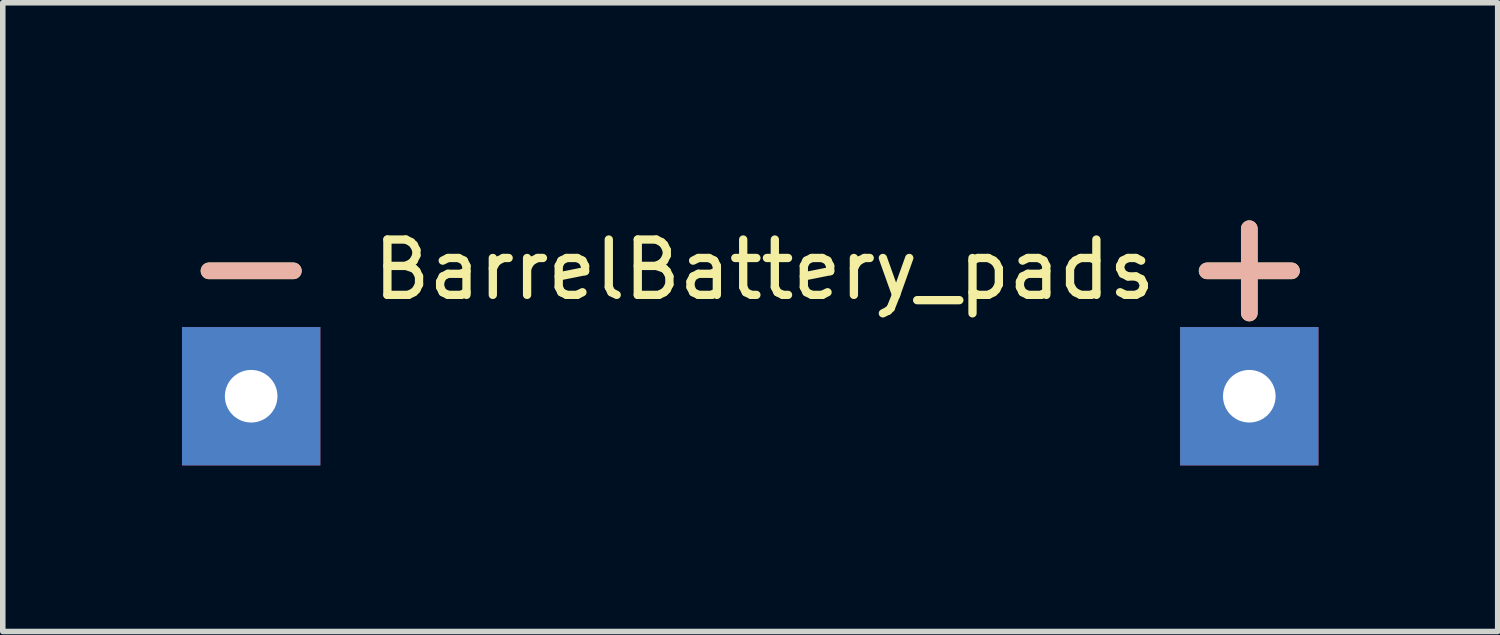
<source format=kicad_pcb>
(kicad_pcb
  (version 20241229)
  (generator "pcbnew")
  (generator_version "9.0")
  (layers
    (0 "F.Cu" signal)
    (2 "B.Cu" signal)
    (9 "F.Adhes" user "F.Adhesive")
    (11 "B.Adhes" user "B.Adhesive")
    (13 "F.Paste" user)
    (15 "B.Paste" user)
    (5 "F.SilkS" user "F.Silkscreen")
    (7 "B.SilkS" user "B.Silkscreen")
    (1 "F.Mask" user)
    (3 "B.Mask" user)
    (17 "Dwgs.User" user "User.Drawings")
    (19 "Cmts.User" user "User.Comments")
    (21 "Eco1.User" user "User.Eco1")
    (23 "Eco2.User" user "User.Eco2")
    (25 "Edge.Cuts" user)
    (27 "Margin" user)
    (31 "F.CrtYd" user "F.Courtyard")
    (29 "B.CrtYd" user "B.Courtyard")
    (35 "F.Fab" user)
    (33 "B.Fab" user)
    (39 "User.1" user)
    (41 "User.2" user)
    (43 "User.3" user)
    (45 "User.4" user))
  (footprint "BarrelBattery_pads"
    (layer "F.Cu")
    (at 1.488 4.109)
    (property "Reference" "BarrelBattery_pads" (at 9.271 -2.286 0) (layer "F.SilkS") (effects (font (size 1 1) (thickness 0.15))))
    (attr through_hole)
    (fp_text user "+" (at 18.034 -2.413 0) (layer "F.SilkS") (effects (font (size 2 2) (thickness 0.3))))
    (fp_text user "-" (at 0 -2.413 0) (layer "F.SilkS") (effects (font (size 2 2) (thickness 0.3))))
    (fp_text user "+" (at 18.034 -2.413 0) (layer "B.SilkS") (effects (font (size 2 2) (thickness 0.3))))
    (fp_text user "-" (at 0 -2.413 0) (layer "B.SilkS") (effects (font (size 2 2) (thickness 0.3))))
    (pad "1" thru_hole rect (at 18.034 0) (size 2.5 2.5) (drill 0.95) (layers "*.Cu" "*.Mask"))
    (pad "2" thru_hole rect (at 0 0 90) (size 2.5 2.5) (drill 0.95) (layers "*.Cu" "*.Mask")))
  (gr_rect
    (start -3 -3)
    (end 24.01 8.36)
    (stroke (width 0.1) (type default))
    (fill no)
    (layer "Edge.Cuts")))
</source>
